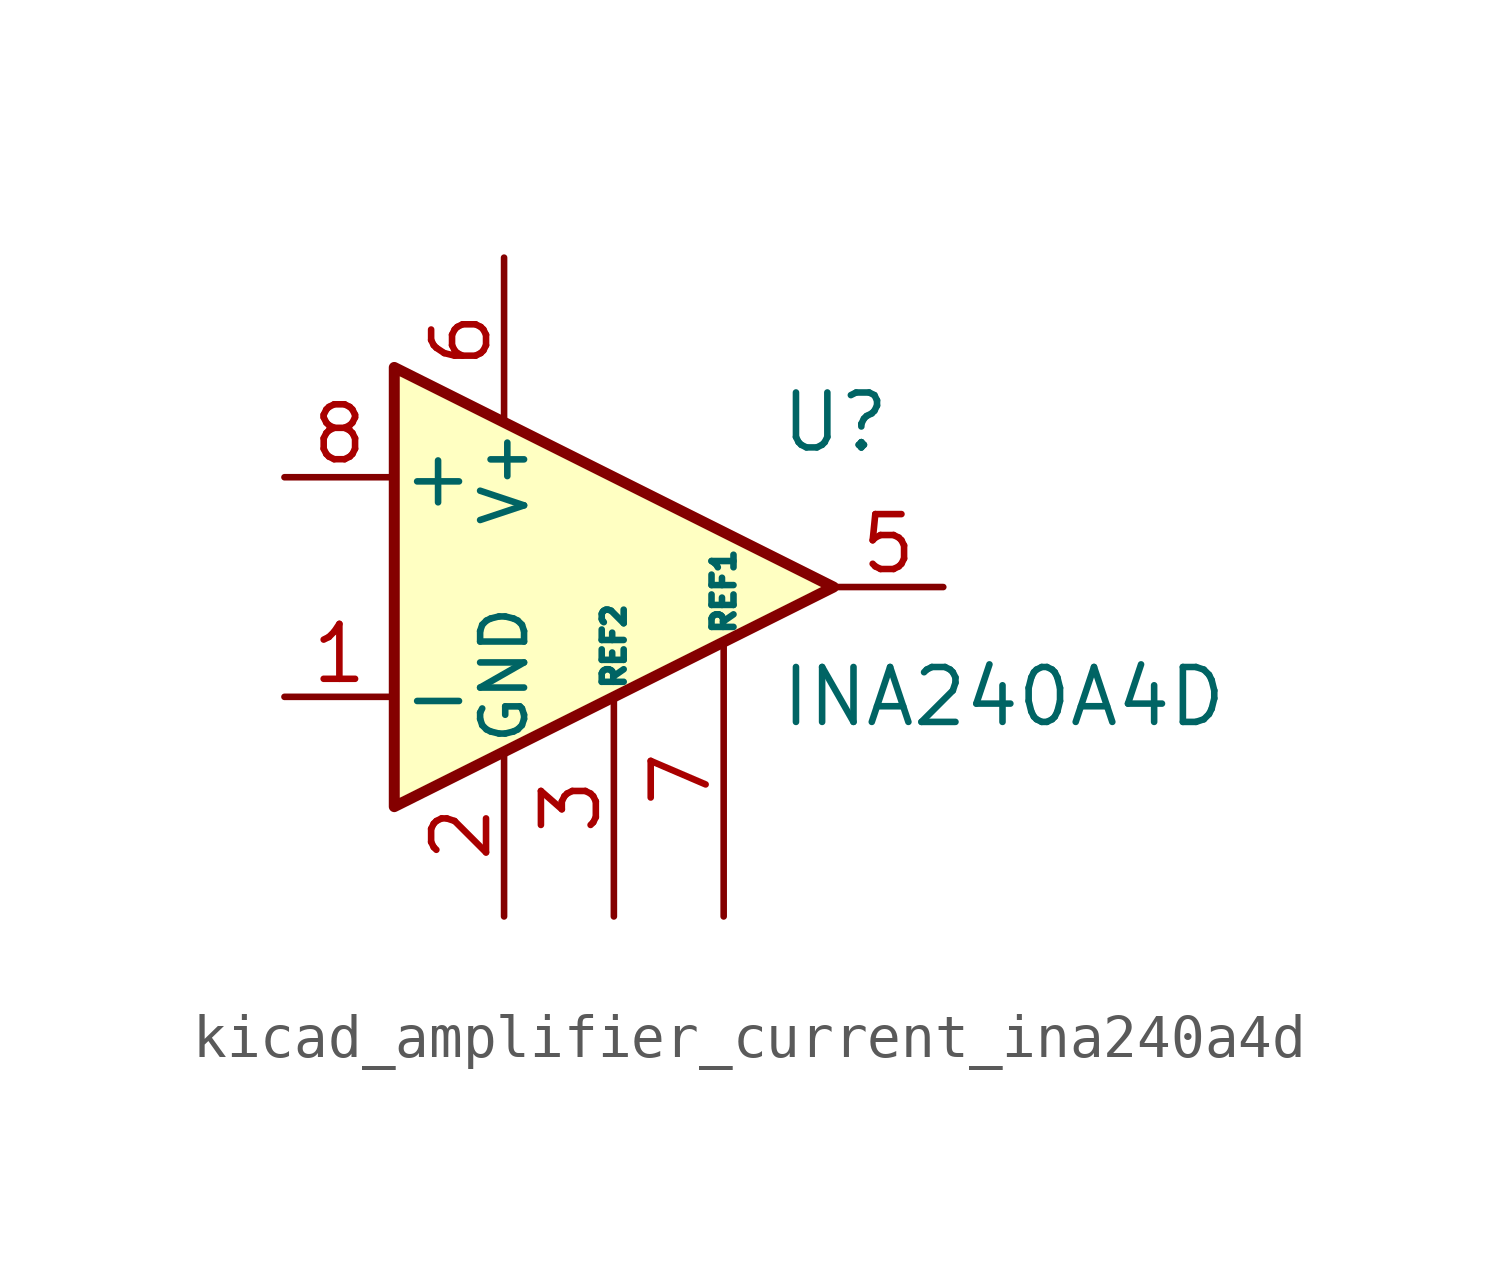
<source format=kicad_sym>
(kicad_symbol_lib
  (version 20220914)
  (generator kicad_symbol_editor)
  (symbol "kicad_amplifier_current_ina240a4d"
    (pin_names
      (offset 0.127))
    (property "Reference" "U"
      (at 3.81 3.81 0)
      (effects (font (size 1.27 1.27)) (justify left)))
    (property "Value" "INA240A4D"
      (at 3.81 -2.54 0)
      (effects (font (size 1.27 1.27)) (justify left)))
    (symbol "kicad_amplifier_current_ina240a4d_0_1"
      (polyline (pts (xy 5.08 0) (xy -5.08 5.08) (xy -5.08 -5.08) (xy 5.08 0)) (stroke (width 0.254) (type default)) (fill (type background))))
    (symbol "kicad_amplifier_current_ina240a4d_1_1"
      (pin input line (at -7.62 -2.54 0) (length 2.54) (name "-" (effects (font (size 1.27 1.27)))) (number "1" (effects (font (size 1.27 1.27)))))
      (pin power_in line (at -2.54 -7.62 90) (length 3.81) (name "GND" (effects (font (size 1.016 1.016)))) (number "2" (effects (font (size 1.27 1.27)))))
      (pin passive line (at 0 -7.62 90) (length 5.08) (name "REF2" (effects (font (size 0.508 0.508)))) (number "3" (effects (font (size 1.27 1.27)))))
      (pin passive line (at -2.54 -7.62 90) (length 3.81) hide (name "GND" (effects (font (size 1.016 1.016)))) (number "4" (effects (font (size 1.27 1.27)))))
      (pin output line (at 7.62 0 180) (length 2.54) (name "~" (effects (font (size 1.27 1.27)))) (number "5" (effects (font (size 1.27 1.27)))))
      (pin power_in line (at -2.54 7.62 270) (length 3.81) (name "V+" (effects (font (size 1.016 1.016)))) (number "6" (effects (font (size 1.27 1.27)))))
      (pin passive line (at 2.54 -7.62 90) (length 6.35) (name "REF1" (effects (font (size 0.508 0.508)))) (number "7" (effects (font (size 1.27 1.27)))))
      (pin input line (at -7.62 2.54 0) (length 2.54) (name "+" (effects (font (size 1.27 1.27)))) (number "8" (effects (font (size 1.27 1.27))))))))
</source>
